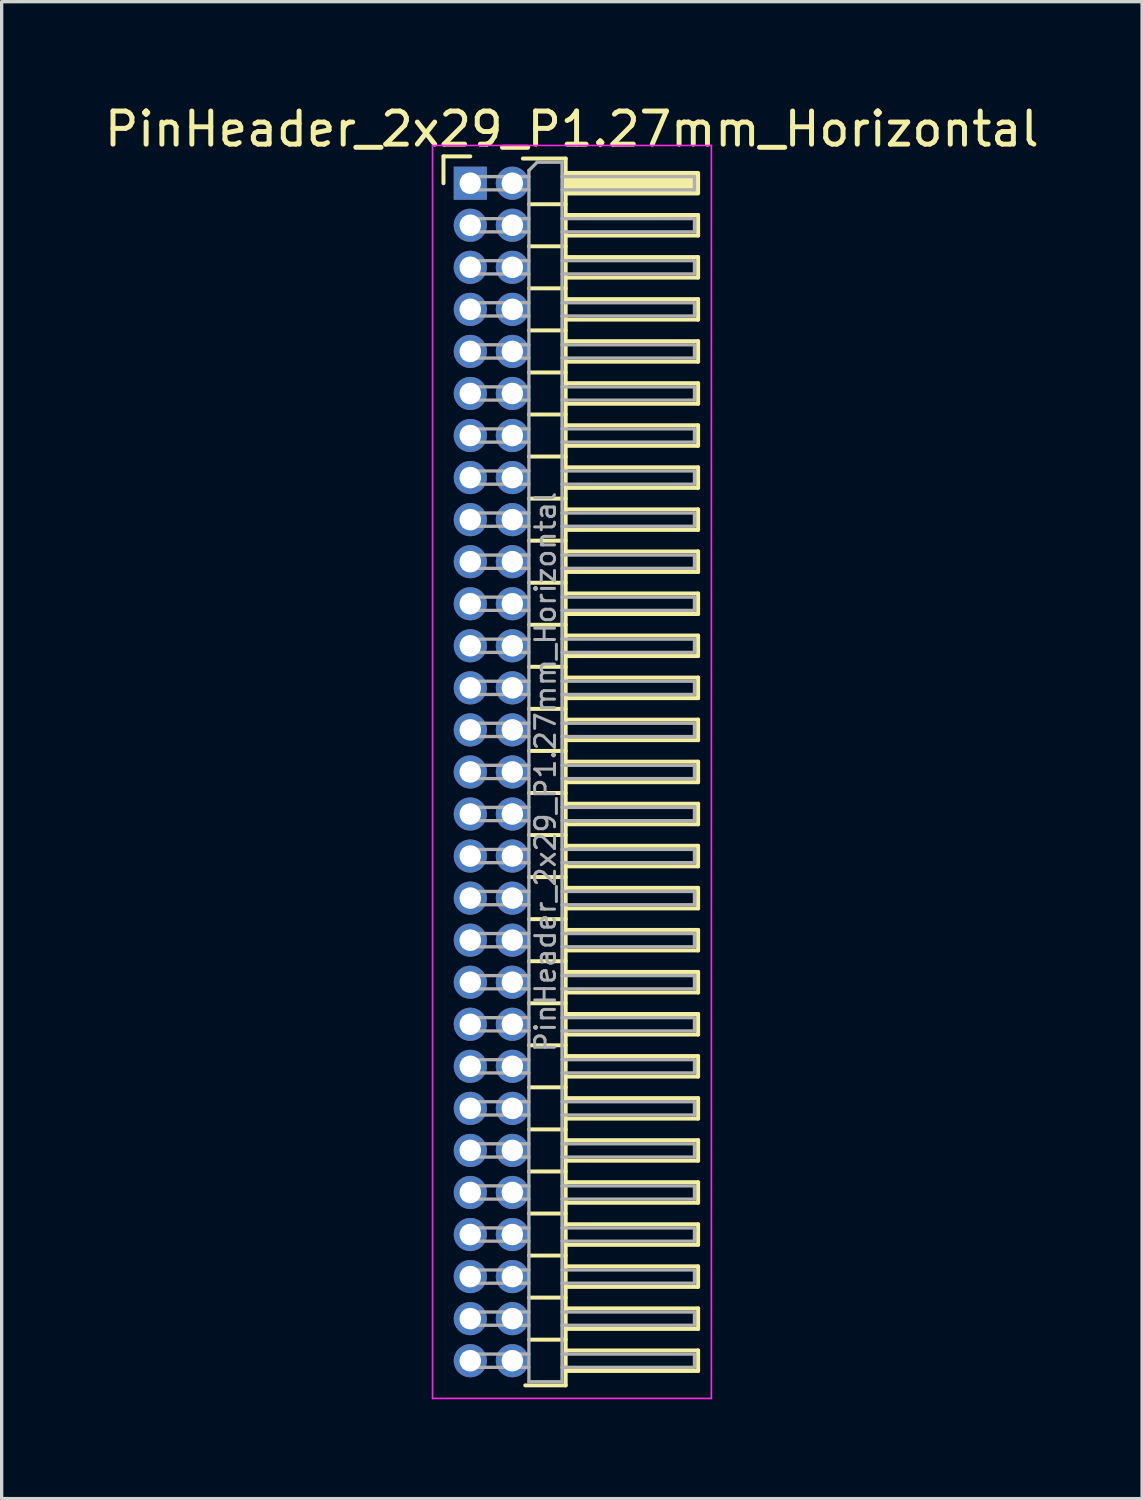
<source format=kicad_pcb>
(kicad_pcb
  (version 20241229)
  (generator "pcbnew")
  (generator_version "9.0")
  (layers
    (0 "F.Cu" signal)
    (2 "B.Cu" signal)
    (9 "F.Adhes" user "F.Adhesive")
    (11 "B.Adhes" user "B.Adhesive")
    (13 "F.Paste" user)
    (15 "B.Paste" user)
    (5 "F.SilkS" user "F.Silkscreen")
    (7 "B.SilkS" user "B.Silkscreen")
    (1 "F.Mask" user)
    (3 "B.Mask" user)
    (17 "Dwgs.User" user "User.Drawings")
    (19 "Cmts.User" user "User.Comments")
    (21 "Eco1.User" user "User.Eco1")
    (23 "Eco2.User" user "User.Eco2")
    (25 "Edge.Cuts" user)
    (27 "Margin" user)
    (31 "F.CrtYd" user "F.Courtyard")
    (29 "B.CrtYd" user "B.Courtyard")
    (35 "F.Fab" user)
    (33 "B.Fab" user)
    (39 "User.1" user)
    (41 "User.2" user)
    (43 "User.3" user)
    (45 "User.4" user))
  (footprint "PinHeader_2x29_P1.27mm_Horizontal"
    (layer "F.Cu")
    (at 11.153 2.483)
    (property "Reference" "PinHeader_2x29_P1.27mm_Horizontal" (at 3.067 -1.635 0) (layer "F.SilkS") (effects (font (size 1 1) (thickness 0.15))))
    (attr through_hole)
    (fp_line (start -0.81 -0.81) (end 0 -0.81) (stroke (width 0.12) (type solid)) (layer "F.SilkS"))
    (fp_line (start -0.81 0) (end -0.81 -0.81) (stroke (width 0.12) (type solid)) (layer "F.SilkS"))
    (fp_line (start 1.588 -0.745) (end 2.88 -0.745) (stroke (width 0.12) (type solid)) (layer "F.SilkS"))
    (fp_line (start 1.773 0.635) (end 2.88 0.635) (stroke (width 0.12) (type solid)) (layer "F.SilkS"))
    (fp_line (start 1.773 1.905) (end 2.88 1.905) (stroke (width 0.12) (type solid)) (layer "F.SilkS"))
    (fp_line (start 1.773 3.175) (end 2.88 3.175) (stroke (width 0.12) (type solid)) (layer "F.SilkS"))
    (fp_line (start 1.773 4.445) (end 2.88 4.445) (stroke (width 0.12) (type solid)) (layer "F.SilkS"))
    (fp_line (start 1.773 5.715) (end 2.88 5.715) (stroke (width 0.12) (type solid)) (layer "F.SilkS"))
    (fp_line (start 1.773 6.985) (end 2.88 6.985) (stroke (width 0.12) (type solid)) (layer "F.SilkS"))
    (fp_line (start 1.773 8.255) (end 2.88 8.255) (stroke (width 0.12) (type solid)) (layer "F.SilkS"))
    (fp_line (start 1.773 9.525) (end 2.88 9.525) (stroke (width 0.12) (type solid)) (layer "F.SilkS"))
    (fp_line (start 1.773 10.795) (end 2.88 10.795) (stroke (width 0.12) (type solid)) (layer "F.SilkS"))
    (fp_line (start 1.773 12.065) (end 2.88 12.065) (stroke (width 0.12) (type solid)) (layer "F.SilkS"))
    (fp_line (start 1.773 13.335) (end 2.88 13.335) (stroke (width 0.12) (type solid)) (layer "F.SilkS"))
    (fp_line (start 1.773 14.605) (end 2.88 14.605) (stroke (width 0.12) (type solid)) (layer "F.SilkS"))
    (fp_line (start 1.773 15.875) (end 2.88 15.875) (stroke (width 0.12) (type solid)) (layer "F.SilkS"))
    (fp_line (start 1.773 17.145) (end 2.88 17.145) (stroke (width 0.12) (type solid)) (layer "F.SilkS"))
    (fp_line (start 1.773 18.415) (end 2.88 18.415) (stroke (width 0.12) (type solid)) (layer "F.SilkS"))
    (fp_line (start 1.773 19.685) (end 2.88 19.685) (stroke (width 0.12) (type solid)) (layer "F.SilkS"))
    (fp_line (start 1.773 20.955) (end 2.88 20.955) (stroke (width 0.12) (type solid)) (layer "F.SilkS"))
    (fp_line (start 1.773 22.225) (end 2.88 22.225) (stroke (width 0.12) (type solid)) (layer "F.SilkS"))
    (fp_line (start 1.773 23.495) (end 2.88 23.495) (stroke (width 0.12) (type solid)) (layer "F.SilkS"))
    (fp_line (start 1.773 24.765) (end 2.88 24.765) (stroke (width 0.12) (type solid)) (layer "F.SilkS"))
    (fp_line (start 1.773 26.035) (end 2.88 26.035) (stroke (width 0.12) (type solid)) (layer "F.SilkS"))
    (fp_line (start 1.773 27.305) (end 2.88 27.305) (stroke (width 0.12) (type solid)) (layer "F.SilkS"))
    (fp_line (start 1.773 28.575) (end 2.88 28.575) (stroke (width 0.12) (type solid)) (layer "F.SilkS"))
    (fp_line (start 1.773 29.845) (end 2.88 29.845) (stroke (width 0.12) (type solid)) (layer "F.SilkS"))
    (fp_line (start 1.773 31.115) (end 2.88 31.115) (stroke (width 0.12) (type solid)) (layer "F.SilkS"))
    (fp_line (start 1.773 32.385) (end 2.88 32.385) (stroke (width 0.12) (type solid)) (layer "F.SilkS"))
    (fp_line (start 1.773 33.655) (end 2.88 33.655) (stroke (width 0.12) (type solid)) (layer "F.SilkS"))
    (fp_line (start 1.773 34.925) (end 2.88 34.925) (stroke (width 0.12) (type solid)) (layer "F.SilkS"))
    (fp_line (start 2.88 -0.745) (end 2.88 36.305) (stroke (width 0.12) (type solid)) (layer "F.SilkS"))
    (fp_line (start 2.88 0.96) (end 6.88 0.96) (stroke (width 0.12) (type solid)) (layer "F.SilkS"))
    (fp_line (start 2.88 2.23) (end 6.88 2.23) (stroke (width 0.12) (type solid)) (layer "F.SilkS"))
    (fp_line (start 2.88 3.5) (end 6.88 3.5) (stroke (width 0.12) (type solid)) (layer "F.SilkS"))
    (fp_line (start 2.88 4.77) (end 6.88 4.77) (stroke (width 0.12) (type solid)) (layer "F.SilkS"))
    (fp_line (start 2.88 6.04) (end 6.88 6.04) (stroke (width 0.12) (type solid)) (layer "F.SilkS"))
    (fp_line (start 2.88 7.31) (end 6.88 7.31) (stroke (width 0.12) (type solid)) (layer "F.SilkS"))
    (fp_line (start 2.88 8.58) (end 6.88 8.58) (stroke (width 0.12) (type solid)) (layer "F.SilkS"))
    (fp_line (start 2.88 9.85) (end 6.88 9.85) (stroke (width 0.12) (type solid)) (layer "F.SilkS"))
    (fp_line (start 2.88 11.12) (end 6.88 11.12) (stroke (width 0.12) (type solid)) (layer "F.SilkS"))
    (fp_line (start 2.88 12.39) (end 6.88 12.39) (stroke (width 0.12) (type solid)) (layer "F.SilkS"))
    (fp_line (start 2.88 13.66) (end 6.88 13.66) (stroke (width 0.12) (type solid)) (layer "F.SilkS"))
    (fp_line (start 2.88 14.93) (end 6.88 14.93) (stroke (width 0.12) (type solid)) (layer "F.SilkS"))
    (fp_line (start 2.88 16.2) (end 6.88 16.2) (stroke (width 0.12) (type solid)) (layer "F.SilkS"))
    (fp_line (start 2.88 17.47) (end 6.88 17.47) (stroke (width 0.12) (type solid)) (layer "F.SilkS"))
    (fp_line (start 2.88 18.74) (end 6.88 18.74) (stroke (width 0.12) (type solid)) (layer "F.SilkS"))
    (fp_line (start 2.88 20.01) (end 6.88 20.01) (stroke (width 0.12) (type solid)) (layer "F.SilkS"))
    (fp_line (start 2.88 21.28) (end 6.88 21.28) (stroke (width 0.12) (type solid)) (layer "F.SilkS"))
    (fp_line (start 2.88 22.55) (end 6.88 22.55) (stroke (width 0.12) (type solid)) (layer "F.SilkS"))
    (fp_line (start 2.88 23.82) (end 6.88 23.82) (stroke (width 0.12) (type solid)) (layer "F.SilkS"))
    (fp_line (start 2.88 25.09) (end 6.88 25.09) (stroke (width 0.12) (type solid)) (layer "F.SilkS"))
    (fp_line (start 2.88 26.36) (end 6.88 26.36) (stroke (width 0.12) (type solid)) (layer "F.SilkS"))
    (fp_line (start 2.88 27.63) (end 6.88 27.63) (stroke (width 0.12) (type solid)) (layer "F.SilkS"))
    (fp_line (start 2.88 28.9) (end 6.88 28.9) (stroke (width 0.12) (type solid)) (layer "F.SilkS"))
    (fp_line (start 2.88 30.17) (end 6.88 30.17) (stroke (width 0.12) (type solid)) (layer "F.SilkS"))
    (fp_line (start 2.88 31.44) (end 6.88 31.44) (stroke (width 0.12) (type solid)) (layer "F.SilkS"))
    (fp_line (start 2.88 32.71) (end 6.88 32.71) (stroke (width 0.12) (type solid)) (layer "F.SilkS"))
    (fp_line (start 2.88 33.98) (end 6.88 33.98) (stroke (width 0.12) (type solid)) (layer "F.SilkS"))
    (fp_line (start 2.88 35.25) (end 6.88 35.25) (stroke (width 0.12) (type solid)) (layer "F.SilkS"))
    (fp_line (start 2.88 36.305) (end 1.66 36.305) (stroke (width 0.12) (type solid)) (layer "F.SilkS"))
    (fp_line (start 6.88 0.96) (end 6.88 1.58) (stroke (width 0.12) (type solid)) (layer "F.SilkS"))
    (fp_line (start 6.88 1.58) (end 2.88 1.58) (stroke (width 0.12) (type solid)) (layer "F.SilkS"))
    (fp_line (start 6.88 2.23) (end 6.88 2.85) (stroke (width 0.12) (type solid)) (layer "F.SilkS"))
    (fp_line (start 6.88 2.85) (end 2.88 2.85) (stroke (width 0.12) (type solid)) (layer "F.SilkS"))
    (fp_line (start 6.88 3.5) (end 6.88 4.12) (stroke (width 0.12) (type solid)) (layer "F.SilkS"))
    (fp_line (start 6.88 4.12) (end 2.88 4.12) (stroke (width 0.12) (type solid)) (layer "F.SilkS"))
    (fp_line (start 6.88 4.77) (end 6.88 5.39) (stroke (width 0.12) (type solid)) (layer "F.SilkS"))
    (fp_line (start 6.88 5.39) (end 2.88 5.39) (stroke (width 0.12) (type solid)) (layer "F.SilkS"))
    (fp_line (start 6.88 6.04) (end 6.88 6.66) (stroke (width 0.12) (type solid)) (layer "F.SilkS"))
    (fp_line (start 6.88 6.66) (end 2.88 6.66) (stroke (width 0.12) (type solid)) (layer "F.SilkS"))
    (fp_line (start 6.88 7.31) (end 6.88 7.93) (stroke (width 0.12) (type solid)) (layer "F.SilkS"))
    (fp_line (start 6.88 7.93) (end 2.88 7.93) (stroke (width 0.12) (type solid)) (layer "F.SilkS"))
    (fp_line (start 6.88 8.58) (end 6.88 9.2) (stroke (width 0.12) (type solid)) (layer "F.SilkS"))
    (fp_line (start 6.88 9.2) (end 2.88 9.2) (stroke (width 0.12) (type solid)) (layer "F.SilkS"))
    (fp_line (start 6.88 9.85) (end 6.88 10.47) (stroke (width 0.12) (type solid)) (layer "F.SilkS"))
    (fp_line (start 6.88 10.47) (end 2.88 10.47) (stroke (width 0.12) (type solid)) (layer "F.SilkS"))
    (fp_line (start 6.88 11.12) (end 6.88 11.74) (stroke (width 0.12) (type solid)) (layer "F.SilkS"))
    (fp_line (start 6.88 11.74) (end 2.88 11.74) (stroke (width 0.12) (type solid)) (layer "F.SilkS"))
    (fp_line (start 6.88 12.39) (end 6.88 13.01) (stroke (width 0.12) (type solid)) (layer "F.SilkS"))
    (fp_line (start 6.88 13.01) (end 2.88 13.01) (stroke (width 0.12) (type solid)) (layer "F.SilkS"))
    (fp_line (start 6.88 13.66) (end 6.88 14.28) (stroke (width 0.12) (type solid)) (layer "F.SilkS"))
    (fp_line (start 6.88 14.28) (end 2.88 14.28) (stroke (width 0.12) (type solid)) (layer "F.SilkS"))
    (fp_line (start 6.88 14.93) (end 6.88 15.55) (stroke (width 0.12) (type solid)) (layer "F.SilkS"))
    (fp_line (start 6.88 15.55) (end 2.88 15.55) (stroke (width 0.12) (type solid)) (layer "F.SilkS"))
    (fp_line (start 6.88 16.2) (end 6.88 16.82) (stroke (width 0.12) (type solid)) (layer "F.SilkS"))
    (fp_line (start 6.88 16.82) (end 2.88 16.82) (stroke (width 0.12) (type solid)) (layer "F.SilkS"))
    (fp_line (start 6.88 17.47) (end 6.88 18.09) (stroke (width 0.12) (type solid)) (layer "F.SilkS"))
    (fp_line (start 6.88 18.09) (end 2.88 18.09) (stroke (width 0.12) (type solid)) (layer "F.SilkS"))
    (fp_line (start 6.88 18.74) (end 6.88 19.36) (stroke (width 0.12) (type solid)) (layer "F.SilkS"))
    (fp_line (start 6.88 19.36) (end 2.88 19.36) (stroke (width 0.12) (type solid)) (layer "F.SilkS"))
    (fp_line (start 6.88 20.01) (end 6.88 20.63) (stroke (width 0.12) (type solid)) (layer "F.SilkS"))
    (fp_line (start 6.88 20.63) (end 2.88 20.63) (stroke (width 0.12) (type solid)) (layer "F.SilkS"))
    (fp_line (start 6.88 21.28) (end 6.88 21.9) (stroke (width 0.12) (type solid)) (layer "F.SilkS"))
    (fp_line (start 6.88 21.9) (end 2.88 21.9) (stroke (width 0.12) (type solid)) (layer "F.SilkS"))
    (fp_line (start 6.88 22.55) (end 6.88 23.17) (stroke (width 0.12) (type solid)) (layer "F.SilkS"))
    (fp_line (start 6.88 23.17) (end 2.88 23.17) (stroke (width 0.12) (type solid)) (layer "F.SilkS"))
    (fp_line (start 6.88 23.82) (end 6.88 24.44) (stroke (width 0.12) (type solid)) (layer "F.SilkS"))
    (fp_line (start 6.88 24.44) (end 2.88 24.44) (stroke (width 0.12) (type solid)) (layer "F.SilkS"))
    (fp_line (start 6.88 25.09) (end 6.88 25.71) (stroke (width 0.12) (type solid)) (layer "F.SilkS"))
    (fp_line (start 6.88 25.71) (end 2.88 25.71) (stroke (width 0.12) (type solid)) (layer "F.SilkS"))
    (fp_line (start 6.88 26.36) (end 6.88 26.98) (stroke (width 0.12) (type solid)) (layer "F.SilkS"))
    (fp_line (start 6.88 26.98) (end 2.88 26.98) (stroke (width 0.12) (type solid)) (layer "F.SilkS"))
    (fp_line (start 6.88 27.63) (end 6.88 28.25) (stroke (width 0.12) (type solid)) (layer "F.SilkS"))
    (fp_line (start 6.88 28.25) (end 2.88 28.25) (stroke (width 0.12) (type solid)) (layer "F.SilkS"))
    (fp_line (start 6.88 28.9) (end 6.88 29.52) (stroke (width 0.12) (type solid)) (layer "F.SilkS"))
    (fp_line (start 6.88 29.52) (end 2.88 29.52) (stroke (width 0.12) (type solid)) (layer "F.SilkS"))
    (fp_line (start 6.88 30.17) (end 6.88 30.79) (stroke (width 0.12) (type solid)) (layer "F.SilkS"))
    (fp_line (start 6.88 30.79) (end 2.88 30.79) (stroke (width 0.12) (type solid)) (layer "F.SilkS"))
    (fp_line (start 6.88 31.44) (end 6.88 32.06) (stroke (width 0.12) (type solid)) (layer "F.SilkS"))
    (fp_line (start 6.88 32.06) (end 2.88 32.06) (stroke (width 0.12) (type solid)) (layer "F.SilkS"))
    (fp_line (start 6.88 32.71) (end 6.88 33.33) (stroke (width 0.12) (type solid)) (layer "F.SilkS"))
    (fp_line (start 6.88 33.33) (end 2.88 33.33) (stroke (width 0.12) (type solid)) (layer "F.SilkS"))
    (fp_line (start 6.88 33.98) (end 6.88 34.6) (stroke (width 0.12) (type solid)) (layer "F.SilkS"))
    (fp_line (start 6.88 34.6) (end 2.88 34.6) (stroke (width 0.12) (type solid)) (layer "F.SilkS"))
    (fp_line (start 6.88 35.25) (end 6.88 35.87) (stroke (width 0.12) (type solid)) (layer "F.SilkS"))
    (fp_line (start 6.88 35.87) (end 2.88 35.87) (stroke (width 0.12) (type solid)) (layer "F.SilkS"))
    (fp_rect (start 2.88 -0.31) (end 6.88 0.31) (stroke (width 0.12) (type solid)) (fill yes) (layer "F.SilkS"))
    (fp_line (start -1.14 -1.14) (end -1.14 36.7) (stroke (width 0.05) (type solid)) (layer "F.CrtYd"))
    (fp_line (start -1.14 36.7) (end 7.28 36.7) (stroke (width 0.05) (type solid)) (layer "F.CrtYd"))
    (fp_line (start 7.28 -1.14) (end -1.14 -1.14) (stroke (width 0.05) (type solid)) (layer "F.CrtYd"))
    (fp_line (start 7.28 36.7) (end 7.28 -1.14) (stroke (width 0.05) (type solid)) (layer "F.CrtYd"))
    (fp_line (start -0.2 -0.2) (end -0.2 0.2) (stroke (width 0.1) (type solid)) (layer "F.Fab"))
    (fp_line (start -0.2 -0.2) (end 1.77 -0.2) (stroke (width 0.1) (type solid)) (layer "F.Fab"))
    (fp_line (start -0.2 0.2) (end 1.77 0.2) (stroke (width 0.1) (type solid)) (layer "F.Fab"))
    (fp_line (start -0.2 1.07) (end -0.2 1.47) (stroke (width 0.1) (type solid)) (layer "F.Fab"))
    (fp_line (start -0.2 1.07) (end 1.77 1.07) (stroke (width 0.1) (type solid)) (layer "F.Fab"))
    (fp_line (start -0.2 1.47) (end 1.77 1.47) (stroke (width 0.1) (type solid)) (layer "F.Fab"))
    (fp_line (start -0.2 2.34) (end -0.2 2.74) (stroke (width 0.1) (type solid)) (layer "F.Fab"))
    (fp_line (start -0.2 2.34) (end 1.77 2.34) (stroke (width 0.1) (type solid)) (layer "F.Fab"))
    (fp_line (start -0.2 2.74) (end 1.77 2.74) (stroke (width 0.1) (type solid)) (layer "F.Fab"))
    (fp_line (start -0.2 3.61) (end -0.2 4.01) (stroke (width 0.1) (type solid)) (layer "F.Fab"))
    (fp_line (start -0.2 3.61) (end 1.77 3.61) (stroke (width 0.1) (type solid)) (layer "F.Fab"))
    (fp_line (start -0.2 4.01) (end 1.77 4.01) (stroke (width 0.1) (type solid)) (layer "F.Fab"))
    (fp_line (start -0.2 4.88) (end -0.2 5.28) (stroke (width 0.1) (type solid)) (layer "F.Fab"))
    (fp_line (start -0.2 4.88) (end 1.77 4.88) (stroke (width 0.1) (type solid)) (layer "F.Fab"))
    (fp_line (start -0.2 5.28) (end 1.77 5.28) (stroke (width 0.1) (type solid)) (layer "F.Fab"))
    (fp_line (start -0.2 6.15) (end -0.2 6.55) (stroke (width 0.1) (type solid)) (layer "F.Fab"))
    (fp_line (start -0.2 6.15) (end 1.77 6.15) (stroke (width 0.1) (type solid)) (layer "F.Fab"))
    (fp_line (start -0.2 6.55) (end 1.77 6.55) (stroke (width 0.1) (type solid)) (layer "F.Fab"))
    (fp_line (start -0.2 7.42) (end -0.2 7.82) (stroke (width 0.1) (type solid)) (layer "F.Fab"))
    (fp_line (start -0.2 7.42) (end 1.77 7.42) (stroke (width 0.1) (type solid)) (layer "F.Fab"))
    (fp_line (start -0.2 7.82) (end 1.77 7.82) (stroke (width 0.1) (type solid)) (layer "F.Fab"))
    (fp_line (start -0.2 8.69) (end -0.2 9.09) (stroke (width 0.1) (type solid)) (layer "F.Fab"))
    (fp_line (start -0.2 8.69) (end 1.77 8.69) (stroke (width 0.1) (type solid)) (layer "F.Fab"))
    (fp_line (start -0.2 9.09) (end 1.77 9.09) (stroke (width 0.1) (type solid)) (layer "F.Fab"))
    (fp_line (start -0.2 9.96) (end -0.2 10.36) (stroke (width 0.1) (type solid)) (layer "F.Fab"))
    (fp_line (start -0.2 9.96) (end 1.77 9.96) (stroke (width 0.1) (type solid)) (layer "F.Fab"))
    (fp_line (start -0.2 10.36) (end 1.77 10.36) (stroke (width 0.1) (type solid)) (layer "F.Fab"))
    (fp_line (start -0.2 11.23) (end -0.2 11.63) (stroke (width 0.1) (type solid)) (layer "F.Fab"))
    (fp_line (start -0.2 11.23) (end 1.77 11.23) (stroke (width 0.1) (type solid)) (layer "F.Fab"))
    (fp_line (start -0.2 11.63) (end 1.77 11.63) (stroke (width 0.1) (type solid)) (layer "F.Fab"))
    (fp_line (start -0.2 12.5) (end -0.2 12.9) (stroke (width 0.1) (type solid)) (layer "F.Fab"))
    (fp_line (start -0.2 12.5) (end 1.77 12.5) (stroke (width 0.1) (type solid)) (layer "F.Fab"))
    (fp_line (start -0.2 12.9) (end 1.77 12.9) (stroke (width 0.1) (type solid)) (layer "F.Fab"))
    (fp_line (start -0.2 13.77) (end -0.2 14.17) (stroke (width 0.1) (type solid)) (layer "F.Fab"))
    (fp_line (start -0.2 13.77) (end 1.77 13.77) (stroke (width 0.1) (type solid)) (layer "F.Fab"))
    (fp_line (start -0.2 14.17) (end 1.77 14.17) (stroke (width 0.1) (type solid)) (layer "F.Fab"))
    (fp_line (start -0.2 15.04) (end -0.2 15.44) (stroke (width 0.1) (type solid)) (layer "F.Fab"))
    (fp_line (start -0.2 15.04) (end 1.77 15.04) (stroke (width 0.1) (type solid)) (layer "F.Fab"))
    (fp_line (start -0.2 15.44) (end 1.77 15.44) (stroke (width 0.1) (type solid)) (layer "F.Fab"))
    (fp_line (start -0.2 16.31) (end -0.2 16.71) (stroke (width 0.1) (type solid)) (layer "F.Fab"))
    (fp_line (start -0.2 16.31) (end 1.77 16.31) (stroke (width 0.1) (type solid)) (layer "F.Fab"))
    (fp_line (start -0.2 16.71) (end 1.77 16.71) (stroke (width 0.1) (type solid)) (layer "F.Fab"))
    (fp_line (start -0.2 17.58) (end -0.2 17.98) (stroke (width 0.1) (type solid)) (layer "F.Fab"))
    (fp_line (start -0.2 17.58) (end 1.77 17.58) (stroke (width 0.1) (type solid)) (layer "F.Fab"))
    (fp_line (start -0.2 17.98) (end 1.77 17.98) (stroke (width 0.1) (type solid)) (layer "F.Fab"))
    (fp_line (start -0.2 18.85) (end -0.2 19.25) (stroke (width 0.1) (type solid)) (layer "F.Fab"))
    (fp_line (start -0.2 18.85) (end 1.77 18.85) (stroke (width 0.1) (type solid)) (layer "F.Fab"))
    (fp_line (start -0.2 19.25) (end 1.77 19.25) (stroke (width 0.1) (type solid)) (layer "F.Fab"))
    (fp_line (start -0.2 20.12) (end -0.2 20.52) (stroke (width 0.1) (type solid)) (layer "F.Fab"))
    (fp_line (start -0.2 20.12) (end 1.77 20.12) (stroke (width 0.1) (type solid)) (layer "F.Fab"))
    (fp_line (start -0.2 20.52) (end 1.77 20.52) (stroke (width 0.1) (type solid)) (layer "F.Fab"))
    (fp_line (start -0.2 21.39) (end -0.2 21.79) (stroke (width 0.1) (type solid)) (layer "F.Fab"))
    (fp_line (start -0.2 21.39) (end 1.77 21.39) (stroke (width 0.1) (type solid)) (layer "F.Fab"))
    (fp_line (start -0.2 21.79) (end 1.77 21.79) (stroke (width 0.1) (type solid)) (layer "F.Fab"))
    (fp_line (start -0.2 22.66) (end -0.2 23.06) (stroke (width 0.1) (type solid)) (layer "F.Fab"))
    (fp_line (start -0.2 22.66) (end 1.77 22.66) (stroke (width 0.1) (type solid)) (layer "F.Fab"))
    (fp_line (start -0.2 23.06) (end 1.77 23.06) (stroke (width 0.1) (type solid)) (layer "F.Fab"))
    (fp_line (start -0.2 23.93) (end -0.2 24.33) (stroke (width 0.1) (type solid)) (layer "F.Fab"))
    (fp_line (start -0.2 23.93) (end 1.77 23.93) (stroke (width 0.1) (type solid)) (layer "F.Fab"))
    (fp_line (start -0.2 24.33) (end 1.77 24.33) (stroke (width 0.1) (type solid)) (layer "F.Fab"))
    (fp_line (start -0.2 25.2) (end -0.2 25.6) (stroke (width 0.1) (type solid)) (layer "F.Fab"))
    (fp_line (start -0.2 25.2) (end 1.77 25.2) (stroke (width 0.1) (type solid)) (layer "F.Fab"))
    (fp_line (start -0.2 25.6) (end 1.77 25.6) (stroke (width 0.1) (type solid)) (layer "F.Fab"))
    (fp_line (start -0.2 26.47) (end -0.2 26.87) (stroke (width 0.1) (type solid)) (layer "F.Fab"))
    (fp_line (start -0.2 26.47) (end 1.77 26.47) (stroke (width 0.1) (type solid)) (layer "F.Fab"))
    (fp_line (start -0.2 26.87) (end 1.77 26.87) (stroke (width 0.1) (type solid)) (layer "F.Fab"))
    (fp_line (start -0.2 27.74) (end -0.2 28.14) (stroke (width 0.1) (type solid)) (layer "F.Fab"))
    (fp_line (start -0.2 27.74) (end 1.77 27.74) (stroke (width 0.1) (type solid)) (layer "F.Fab"))
    (fp_line (start -0.2 28.14) (end 1.77 28.14) (stroke (width 0.1) (type solid)) (layer "F.Fab"))
    (fp_line (start -0.2 29.01) (end -0.2 29.41) (stroke (width 0.1) (type solid)) (layer "F.Fab"))
    (fp_line (start -0.2 29.01) (end 1.77 29.01) (stroke (width 0.1) (type solid)) (layer "F.Fab"))
    (fp_line (start -0.2 29.41) (end 1.77 29.41) (stroke (width 0.1) (type solid)) (layer "F.Fab"))
    (fp_line (start -0.2 30.28) (end -0.2 30.68) (stroke (width 0.1) (type solid)) (layer "F.Fab"))
    (fp_line (start -0.2 30.28) (end 1.77 30.28) (stroke (width 0.1) (type solid)) (layer "F.Fab"))
    (fp_line (start -0.2 30.68) (end 1.77 30.68) (stroke (width 0.1) (type solid)) (layer "F.Fab"))
    (fp_line (start -0.2 31.55) (end -0.2 31.95) (stroke (width 0.1) (type solid)) (layer "F.Fab"))
    (fp_line (start -0.2 31.55) (end 1.77 31.55) (stroke (width 0.1) (type solid)) (layer "F.Fab"))
    (fp_line (start -0.2 31.95) (end 1.77 31.95) (stroke (width 0.1) (type solid)) (layer "F.Fab"))
    (fp_line (start -0.2 32.82) (end -0.2 33.22) (stroke (width 0.1) (type solid)) (layer "F.Fab"))
    (fp_line (start -0.2 32.82) (end 1.77 32.82) (stroke (width 0.1) (type solid)) (layer "F.Fab"))
    (fp_line (start -0.2 33.22) (end 1.77 33.22) (stroke (width 0.1) (type solid)) (layer "F.Fab"))
    (fp_line (start -0.2 34.09) (end -0.2 34.49) (stroke (width 0.1) (type solid)) (layer "F.Fab"))
    (fp_line (start -0.2 34.09) (end 1.77 34.09) (stroke (width 0.1) (type solid)) (layer "F.Fab"))
    (fp_line (start -0.2 34.49) (end 1.77 34.49) (stroke (width 0.1) (type solid)) (layer "F.Fab"))
    (fp_line (start -0.2 35.36) (end -0.2 35.76) (stroke (width 0.1) (type solid)) (layer "F.Fab"))
    (fp_line (start -0.2 35.36) (end 1.77 35.36) (stroke (width 0.1) (type solid)) (layer "F.Fab"))
    (fp_line (start -0.2 35.76) (end 1.77 35.76) (stroke (width 0.1) (type solid)) (layer "F.Fab"))
    (fp_line (start 1.77 -0.385) (end 2.02 -0.635) (stroke (width 0.1) (type solid)) (layer "F.Fab"))
    (fp_line (start 1.77 36.195) (end 1.77 -0.385) (stroke (width 0.1) (type solid)) (layer "F.Fab"))
    (fp_line (start 2.02 -0.635) (end 2.77 -0.635) (stroke (width 0.1) (type solid)) (layer "F.Fab"))
    (fp_line (start 2.77 -0.635) (end 2.77 36.195) (stroke (width 0.1) (type solid)) (layer "F.Fab"))
    (fp_line (start 2.77 -0.2) (end 6.77 -0.2) (stroke (width 0.1) (type solid)) (layer "F.Fab"))
    (fp_line (start 2.77 0.2) (end 6.77 0.2) (stroke (width 0.1) (type solid)) (layer "F.Fab"))
    (fp_line (start 2.77 1.07) (end 6.77 1.07) (stroke (width 0.1) (type solid)) (layer "F.Fab"))
    (fp_line (start 2.77 1.47) (end 6.77 1.47) (stroke (width 0.1) (type solid)) (layer "F.Fab"))
    (fp_line (start 2.77 2.34) (end 6.77 2.34) (stroke (width 0.1) (type solid)) (layer "F.Fab"))
    (fp_line (start 2.77 2.74) (end 6.77 2.74) (stroke (width 0.1) (type solid)) (layer "F.Fab"))
    (fp_line (start 2.77 3.61) (end 6.77 3.61) (stroke (width 0.1) (type solid)) (layer "F.Fab"))
    (fp_line (start 2.77 4.01) (end 6.77 4.01) (stroke (width 0.1) (type solid)) (layer "F.Fab"))
    (fp_line (start 2.77 4.88) (end 6.77 4.88) (stroke (width 0.1) (type solid)) (layer "F.Fab"))
    (fp_line (start 2.77 5.28) (end 6.77 5.28) (stroke (width 0.1) (type solid)) (layer "F.Fab"))
    (fp_line (start 2.77 6.15) (end 6.77 6.15) (stroke (width 0.1) (type solid)) (layer "F.Fab"))
    (fp_line (start 2.77 6.55) (end 6.77 6.55) (stroke (width 0.1) (type solid)) (layer "F.Fab"))
    (fp_line (start 2.77 7.42) (end 6.77 7.42) (stroke (width 0.1) (type solid)) (layer "F.Fab"))
    (fp_line (start 2.77 7.82) (end 6.77 7.82) (stroke (width 0.1) (type solid)) (layer "F.Fab"))
    (fp_line (start 2.77 8.69) (end 6.77 8.69) (stroke (width 0.1) (type solid)) (layer "F.Fab"))
    (fp_line (start 2.77 9.09) (end 6.77 9.09) (stroke (width 0.1) (type solid)) (layer "F.Fab"))
    (fp_line (start 2.77 9.96) (end 6.77 9.96) (stroke (width 0.1) (type solid)) (layer "F.Fab"))
    (fp_line (start 2.77 10.36) (end 6.77 10.36) (stroke (width 0.1) (type solid)) (layer "F.Fab"))
    (fp_line (start 2.77 11.23) (end 6.77 11.23) (stroke (width 0.1) (type solid)) (layer "F.Fab"))
    (fp_line (start 2.77 11.63) (end 6.77 11.63) (stroke (width 0.1) (type solid)) (layer "F.Fab"))
    (fp_line (start 2.77 12.5) (end 6.77 12.5) (stroke (width 0.1) (type solid)) (layer "F.Fab"))
    (fp_line (start 2.77 12.9) (end 6.77 12.9) (stroke (width 0.1) (type solid)) (layer "F.Fab"))
    (fp_line (start 2.77 13.77) (end 6.77 13.77) (stroke (width 0.1) (type solid)) (layer "F.Fab"))
    (fp_line (start 2.77 14.17) (end 6.77 14.17) (stroke (width 0.1) (type solid)) (layer "F.Fab"))
    (fp_line (start 2.77 15.04) (end 6.77 15.04) (stroke (width 0.1) (type solid)) (layer "F.Fab"))
    (fp_line (start 2.77 15.44) (end 6.77 15.44) (stroke (width 0.1) (type solid)) (layer "F.Fab"))
    (fp_line (start 2.77 16.31) (end 6.77 16.31) (stroke (width 0.1) (type solid)) (layer "F.Fab"))
    (fp_line (start 2.77 16.71) (end 6.77 16.71) (stroke (width 0.1) (type solid)) (layer "F.Fab"))
    (fp_line (start 2.77 17.58) (end 6.77 17.58) (stroke (width 0.1) (type solid)) (layer "F.Fab"))
    (fp_line (start 2.77 17.98) (end 6.77 17.98) (stroke (width 0.1) (type solid)) (layer "F.Fab"))
    (fp_line (start 2.77 18.85) (end 6.77 18.85) (stroke (width 0.1) (type solid)) (layer "F.Fab"))
    (fp_line (start 2.77 19.25) (end 6.77 19.25) (stroke (width 0.1) (type solid)) (layer "F.Fab"))
    (fp_line (start 2.77 20.12) (end 6.77 20.12) (stroke (width 0.1) (type solid)) (layer "F.Fab"))
    (fp_line (start 2.77 20.52) (end 6.77 20.52) (stroke (width 0.1) (type solid)) (layer "F.Fab"))
    (fp_line (start 2.77 21.39) (end 6.77 21.39) (stroke (width 0.1) (type solid)) (layer "F.Fab"))
    (fp_line (start 2.77 21.79) (end 6.77 21.79) (stroke (width 0.1) (type solid)) (layer "F.Fab"))
    (fp_line (start 2.77 22.66) (end 6.77 22.66) (stroke (width 0.1) (type solid)) (layer "F.Fab"))
    (fp_line (start 2.77 23.06) (end 6.77 23.06) (stroke (width 0.1) (type solid)) (layer "F.Fab"))
    (fp_line (start 2.77 23.93) (end 6.77 23.93) (stroke (width 0.1) (type solid)) (layer "F.Fab"))
    (fp_line (start 2.77 24.33) (end 6.77 24.33) (stroke (width 0.1) (type solid)) (layer "F.Fab"))
    (fp_line (start 2.77 25.2) (end 6.77 25.2) (stroke (width 0.1) (type solid)) (layer "F.Fab"))
    (fp_line (start 2.77 25.6) (end 6.77 25.6) (stroke (width 0.1) (type solid)) (layer "F.Fab"))
    (fp_line (start 2.77 26.47) (end 6.77 26.47) (stroke (width 0.1) (type solid)) (layer "F.Fab"))
    (fp_line (start 2.77 26.87) (end 6.77 26.87) (stroke (width 0.1) (type solid)) (layer "F.Fab"))
    (fp_line (start 2.77 27.74) (end 6.77 27.74) (stroke (width 0.1) (type solid)) (layer "F.Fab"))
    (fp_line (start 2.77 28.14) (end 6.77 28.14) (stroke (width 0.1) (type solid)) (layer "F.Fab"))
    (fp_line (start 2.77 29.01) (end 6.77 29.01) (stroke (width 0.1) (type solid)) (layer "F.Fab"))
    (fp_line (start 2.77 29.41) (end 6.77 29.41) (stroke (width 0.1) (type solid)) (layer "F.Fab"))
    (fp_line (start 2.77 30.28) (end 6.77 30.28) (stroke (width 0.1) (type solid)) (layer "F.Fab"))
    (fp_line (start 2.77 30.68) (end 6.77 30.68) (stroke (width 0.1) (type solid)) (layer "F.Fab"))
    (fp_line (start 2.77 31.55) (end 6.77 31.55) (stroke (width 0.1) (type solid)) (layer "F.Fab"))
    (fp_line (start 2.77 31.95) (end 6.77 31.95) (stroke (width 0.1) (type solid)) (layer "F.Fab"))
    (fp_line (start 2.77 32.82) (end 6.77 32.82) (stroke (width 0.1) (type solid)) (layer "F.Fab"))
    (fp_line (start 2.77 33.22) (end 6.77 33.22) (stroke (width 0.1) (type solid)) (layer "F.Fab"))
    (fp_line (start 2.77 34.09) (end 6.77 34.09) (stroke (width 0.1) (type solid)) (layer "F.Fab"))
    (fp_line (start 2.77 34.49) (end 6.77 34.49) (stroke (width 0.1) (type solid)) (layer "F.Fab"))
    (fp_line (start 2.77 35.36) (end 6.77 35.36) (stroke (width 0.1) (type solid)) (layer "F.Fab"))
    (fp_line (start 2.77 35.76) (end 6.77 35.76) (stroke (width 0.1) (type solid)) (layer "F.Fab"))
    (fp_line (start 2.77 36.195) (end 1.77 36.195) (stroke (width 0.1) (type solid)) (layer "F.Fab"))
    (fp_line (start 6.77 -0.2) (end 6.77 0.2) (stroke (width 0.1) (type solid)) (layer "F.Fab"))
    (fp_line (start 6.77 1.07) (end 6.77 1.47) (stroke (width 0.1) (type solid)) (layer "F.Fab"))
    (fp_line (start 6.77 2.34) (end 6.77 2.74) (stroke (width 0.1) (type solid)) (layer "F.Fab"))
    (fp_line (start 6.77 3.61) (end 6.77 4.01) (stroke (width 0.1) (type solid)) (layer "F.Fab"))
    (fp_line (start 6.77 4.88) (end 6.77 5.28) (stroke (width 0.1) (type solid)) (layer "F.Fab"))
    (fp_line (start 6.77 6.15) (end 6.77 6.55) (stroke (width 0.1) (type solid)) (layer "F.Fab"))
    (fp_line (start 6.77 7.42) (end 6.77 7.82) (stroke (width 0.1) (type solid)) (layer "F.Fab"))
    (fp_line (start 6.77 8.69) (end 6.77 9.09) (stroke (width 0.1) (type solid)) (layer "F.Fab"))
    (fp_line (start 6.77 9.96) (end 6.77 10.36) (stroke (width 0.1) (type solid)) (layer "F.Fab"))
    (fp_line (start 6.77 11.23) (end 6.77 11.63) (stroke (width 0.1) (type solid)) (layer "F.Fab"))
    (fp_line (start 6.77 12.5) (end 6.77 12.9) (stroke (width 0.1) (type solid)) (layer "F.Fab"))
    (fp_line (start 6.77 13.77) (end 6.77 14.17) (stroke (width 0.1) (type solid)) (layer "F.Fab"))
    (fp_line (start 6.77 15.04) (end 6.77 15.44) (stroke (width 0.1) (type solid)) (layer "F.Fab"))
    (fp_line (start 6.77 16.31) (end 6.77 16.71) (stroke (width 0.1) (type solid)) (layer "F.Fab"))
    (fp_line (start 6.77 17.58) (end 6.77 17.98) (stroke (width 0.1) (type solid)) (layer "F.Fab"))
    (fp_line (start 6.77 18.85) (end 6.77 19.25) (stroke (width 0.1) (type solid)) (layer "F.Fab"))
    (fp_line (start 6.77 20.12) (end 6.77 20.52) (stroke (width 0.1) (type solid)) (layer "F.Fab"))
    (fp_line (start 6.77 21.39) (end 6.77 21.79) (stroke (width 0.1) (type solid)) (layer "F.Fab"))
    (fp_line (start 6.77 22.66) (end 6.77 23.06) (stroke (width 0.1) (type solid)) (layer "F.Fab"))
    (fp_line (start 6.77 23.93) (end 6.77 24.33) (stroke (width 0.1) (type solid)) (layer "F.Fab"))
    (fp_line (start 6.77 25.2) (end 6.77 25.6) (stroke (width 0.1) (type solid)) (layer "F.Fab"))
    (fp_line (start 6.77 26.47) (end 6.77 26.87) (stroke (width 0.1) (type solid)) (layer "F.Fab"))
    (fp_line (start 6.77 27.74) (end 6.77 28.14) (stroke (width 0.1) (type solid)) (layer "F.Fab"))
    (fp_line (start 6.77 29.01) (end 6.77 29.41) (stroke (width 0.1) (type solid)) (layer "F.Fab"))
    (fp_line (start 6.77 30.28) (end 6.77 30.68) (stroke (width 0.1) (type solid)) (layer "F.Fab"))
    (fp_line (start 6.77 31.55) (end 6.77 31.95) (stroke (width 0.1) (type solid)) (layer "F.Fab"))
    (fp_line (start 6.77 32.82) (end 6.77 33.22) (stroke (width 0.1) (type solid)) (layer "F.Fab"))
    (fp_line (start 6.77 34.09) (end 6.77 34.49) (stroke (width 0.1) (type solid)) (layer "F.Fab"))
    (fp_line (start 6.77 35.36) (end 6.77 35.76) (stroke (width 0.1) (type solid)) (layer "F.Fab"))
    (fp_text user "${REFERENCE}" (at 2.27 17.78 90) (layer "F.Fab") (effects (font (size 0.6 0.6) (thickness 0.09))))
    (pad "1" thru_hole rect (at 0 0) (size 1 1) (drill 0.65) (layers "*.Cu" "*.Mask"))
    (pad "2" thru_hole circle (at 1.27 0) (size 1 1) (drill 0.65) (layers "*.Cu" "*.Mask"))
    (pad "3" thru_hole circle (at 0 1.27) (size 1 1) (drill 0.65) (layers "*.Cu" "*.Mask"))
    (pad "4" thru_hole circle (at 1.27 1.27) (size 1 1) (drill 0.65) (layers "*.Cu" "*.Mask"))
    (pad "5" thru_hole circle (at 0 2.54) (size 1 1) (drill 0.65) (layers "*.Cu" "*.Mask"))
    (pad "6" thru_hole circle (at 1.27 2.54) (size 1 1) (drill 0.65) (layers "*.Cu" "*.Mask"))
    (pad "7" thru_hole circle (at 0 3.81) (size 1 1) (drill 0.65) (layers "*.Cu" "*.Mask"))
    (pad "8" thru_hole circle (at 1.27 3.81) (size 1 1) (drill 0.65) (layers "*.Cu" "*.Mask"))
    (pad "9" thru_hole circle (at 0 5.08) (size 1 1) (drill 0.65) (layers "*.Cu" "*.Mask"))
    (pad "10" thru_hole circle (at 1.27 5.08) (size 1 1) (drill 0.65) (layers "*.Cu" "*.Mask"))
    (pad "11" thru_hole circle (at 0 6.35) (size 1 1) (drill 0.65) (layers "*.Cu" "*.Mask"))
    (pad "12" thru_hole circle (at 1.27 6.35) (size 1 1) (drill 0.65) (layers "*.Cu" "*.Mask"))
    (pad "13" thru_hole circle (at 0 7.62) (size 1 1) (drill 0.65) (layers "*.Cu" "*.Mask"))
    (pad "14" thru_hole circle (at 1.27 7.62) (size 1 1) (drill 0.65) (layers "*.Cu" "*.Mask"))
    (pad "15" thru_hole circle (at 0 8.89) (size 1 1) (drill 0.65) (layers "*.Cu" "*.Mask"))
    (pad "16" thru_hole circle (at 1.27 8.89) (size 1 1) (drill 0.65) (layers "*.Cu" "*.Mask"))
    (pad "17" thru_hole circle (at 0 10.16) (size 1 1) (drill 0.65) (layers "*.Cu" "*.Mask"))
    (pad "18" thru_hole circle (at 1.27 10.16) (size 1 1) (drill 0.65) (layers "*.Cu" "*.Mask"))
    (pad "19" thru_hole circle (at 0 11.43) (size 1 1) (drill 0.65) (layers "*.Cu" "*.Mask"))
    (pad "20" thru_hole circle (at 1.27 11.43) (size 1 1) (drill 0.65) (layers "*.Cu" "*.Mask"))
    (pad "21" thru_hole circle (at 0 12.7) (size 1 1) (drill 0.65) (layers "*.Cu" "*.Mask"))
    (pad "22" thru_hole circle (at 1.27 12.7) (size 1 1) (drill 0.65) (layers "*.Cu" "*.Mask"))
    (pad "23" thru_hole circle (at 0 13.97) (size 1 1) (drill 0.65) (layers "*.Cu" "*.Mask"))
    (pad "24" thru_hole circle (at 1.27 13.97) (size 1 1) (drill 0.65) (layers "*.Cu" "*.Mask"))
    (pad "25" thru_hole circle (at 0 15.24) (size 1 1) (drill 0.65) (layers "*.Cu" "*.Mask"))
    (pad "26" thru_hole circle (at 1.27 15.24) (size 1 1) (drill 0.65) (layers "*.Cu" "*.Mask"))
    (pad "27" thru_hole circle (at 0 16.51) (size 1 1) (drill 0.65) (layers "*.Cu" "*.Mask"))
    (pad "28" thru_hole circle (at 1.27 16.51) (size 1 1) (drill 0.65) (layers "*.Cu" "*.Mask"))
    (pad "29" thru_hole circle (at 0 17.78) (size 1 1) (drill 0.65) (layers "*.Cu" "*.Mask"))
    (pad "30" thru_hole circle (at 1.27 17.78) (size 1 1) (drill 0.65) (layers "*.Cu" "*.Mask"))
    (pad "31" thru_hole circle (at 0 19.05) (size 1 1) (drill 0.65) (layers "*.Cu" "*.Mask"))
    (pad "32" thru_hole circle (at 1.27 19.05) (size 1 1) (drill 0.65) (layers "*.Cu" "*.Mask"))
    (pad "33" thru_hole circle (at 0 20.32) (size 1 1) (drill 0.65) (layers "*.Cu" "*.Mask"))
    (pad "34" thru_hole circle (at 1.27 20.32) (size 1 1) (drill 0.65) (layers "*.Cu" "*.Mask"))
    (pad "35" thru_hole circle (at 0 21.59) (size 1 1) (drill 0.65) (layers "*.Cu" "*.Mask"))
    (pad "36" thru_hole circle (at 1.27 21.59) (size 1 1) (drill 0.65) (layers "*.Cu" "*.Mask"))
    (pad "37" thru_hole circle (at 0 22.86) (size 1 1) (drill 0.65) (layers "*.Cu" "*.Mask"))
    (pad "38" thru_hole circle (at 1.27 22.86) (size 1 1) (drill 0.65) (layers "*.Cu" "*.Mask"))
    (pad "39" thru_hole circle (at 0 24.13) (size 1 1) (drill 0.65) (layers "*.Cu" "*.Mask"))
    (pad "40" thru_hole circle (at 1.27 24.13) (size 1 1) (drill 0.65) (layers "*.Cu" "*.Mask"))
    (pad "41" thru_hole circle (at 0 25.4) (size 1 1) (drill 0.65) (layers "*.Cu" "*.Mask"))
    (pad "42" thru_hole circle (at 1.27 25.4) (size 1 1) (drill 0.65) (layers "*.Cu" "*.Mask"))
    (pad "43" thru_hole circle (at 0 26.67) (size 1 1) (drill 0.65) (layers "*.Cu" "*.Mask"))
    (pad "44" thru_hole circle (at 1.27 26.67) (size 1 1) (drill 0.65) (layers "*.Cu" "*.Mask"))
    (pad "45" thru_hole circle (at 0 27.94) (size 1 1) (drill 0.65) (layers "*.Cu" "*.Mask"))
    (pad "46" thru_hole circle (at 1.27 27.94) (size 1 1) (drill 0.65) (layers "*.Cu" "*.Mask"))
    (pad "47" thru_hole circle (at 0 29.21) (size 1 1) (drill 0.65) (layers "*.Cu" "*.Mask"))
    (pad "48" thru_hole circle (at 1.27 29.21) (size 1 1) (drill 0.65) (layers "*.Cu" "*.Mask"))
    (pad "49" thru_hole circle (at 0 30.48) (size 1 1) (drill 0.65) (layers "*.Cu" "*.Mask"))
    (pad "50" thru_hole circle (at 1.27 30.48) (size 1 1) (drill 0.65) (layers "*.Cu" "*.Mask"))
    (pad "51" thru_hole circle (at 0 31.75) (size 1 1) (drill 0.65) (layers "*.Cu" "*.Mask"))
    (pad "52" thru_hole circle (at 1.27 31.75) (size 1 1) (drill 0.65) (layers "*.Cu" "*.Mask"))
    (pad "53" thru_hole circle (at 0 33.02) (size 1 1) (drill 0.65) (layers "*.Cu" "*.Mask"))
    (pad "54" thru_hole circle (at 1.27 33.02) (size 1 1) (drill 0.65) (layers "*.Cu" "*.Mask"))
    (pad "55" thru_hole circle (at 0 34.29) (size 1 1) (drill 0.65) (layers "*.Cu" "*.Mask"))
    (pad "56" thru_hole circle (at 1.27 34.29) (size 1 1) (drill 0.65) (layers "*.Cu" "*.Mask"))
    (pad "57" thru_hole circle (at 0 35.56) (size 1 1) (drill 0.65) (layers "*.Cu" "*.Mask"))
    (pad "58" thru_hole circle (at 1.27 35.56) (size 1 1) (drill 0.65) (layers "*.Cu" "*.Mask")))
  (gr_rect
    (start -3 -3)
    (end 31.44 42.208)
    (stroke (width 0.1) (type default))
    (fill no)
    (layer "Edge.Cuts")))
</source>
